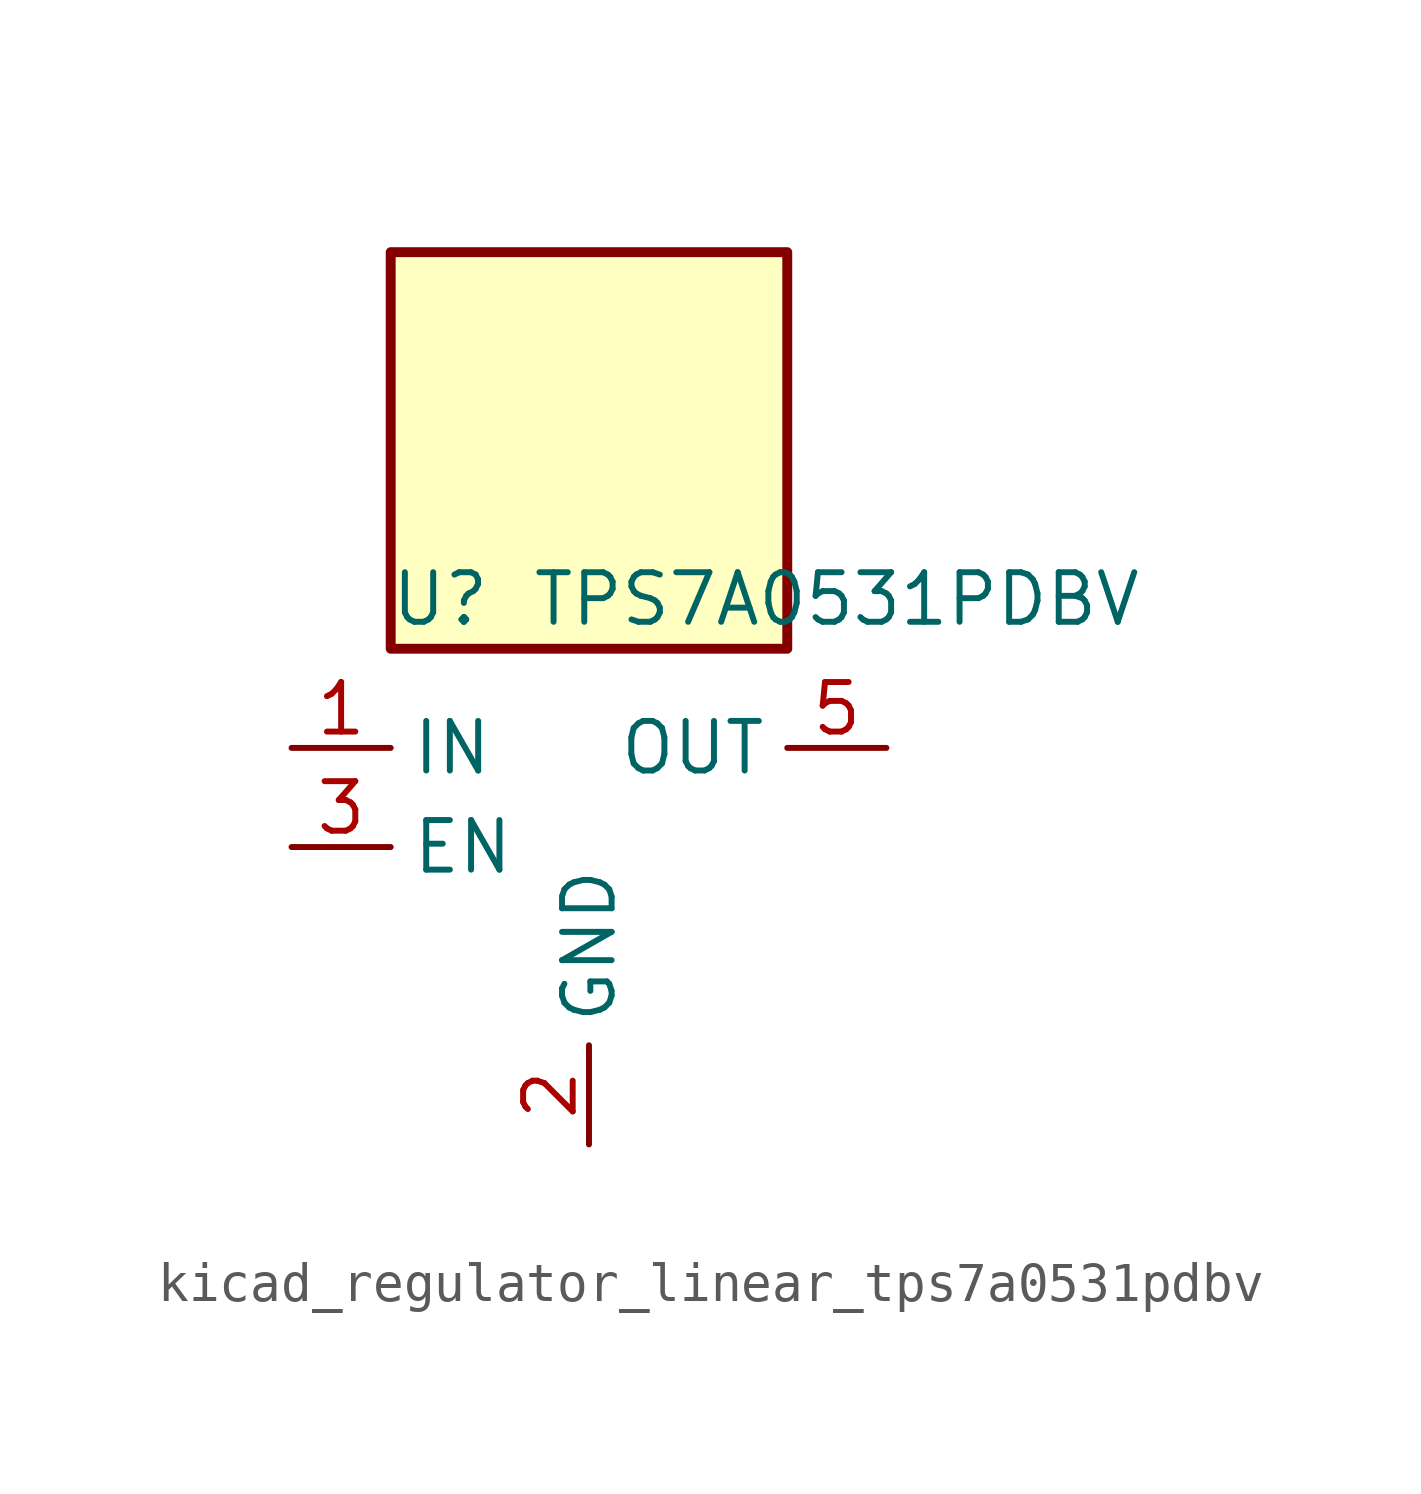
<source format=kicad_sym>
(kicad_symbol_lib
  (version 20220914)
  (generator kicad_symbol_editor)
  (symbol "kicad_regulator_linear_tps7a0531pdbv"
    (property "Reference" "U"
      (at -3.81 6.35 0)
      (effects (font (size 1.27 1.27))))
    (property "Value" "TPS7A0531PDBV"
      (at 6.35 6.35 0)
      (effects (font (size 1.27 1.27))))
    (symbol "kicad_regulator_linear_tps7a0531pdbv_0_1"
      (rectangle (start 5.08 15.24) (end -5.08 5.08) (stroke (width 0.254) (type default)) (fill (type background)))
      (pin power_in line (at -7.62 2.54 0) (length 2.54) (name "IN" (effects (font (size 1.27 1.27)))) (number "1" (effects (font (size 1.27 1.27)))))
      (pin power_in line (at 0 -7.62 90) (length 2.54) (name "GND" (effects (font (size 1.27 1.27)))) (number "2" (effects (font (size 1.27 1.27)))))
      (pin input line (at -7.62 0 0) (length 2.54) (name "EN" (effects (font (size 1.27 1.27)))) (number "3" (effects (font (size 1.27 1.27)))))
      (pin no_connect line (at 5.08 0 180) (length 2.54) hide (name "NC" (effects (font (size 1.27 1.27)))) (number "4" (effects (font (size 1.27 1.27)))))
      (pin power_out line (at 7.62 2.54 180) (length 2.54) (name "OUT" (effects (font (size 1.27 1.27)))) (number "5" (effects (font (size 1.27 1.27))))))))
</source>
